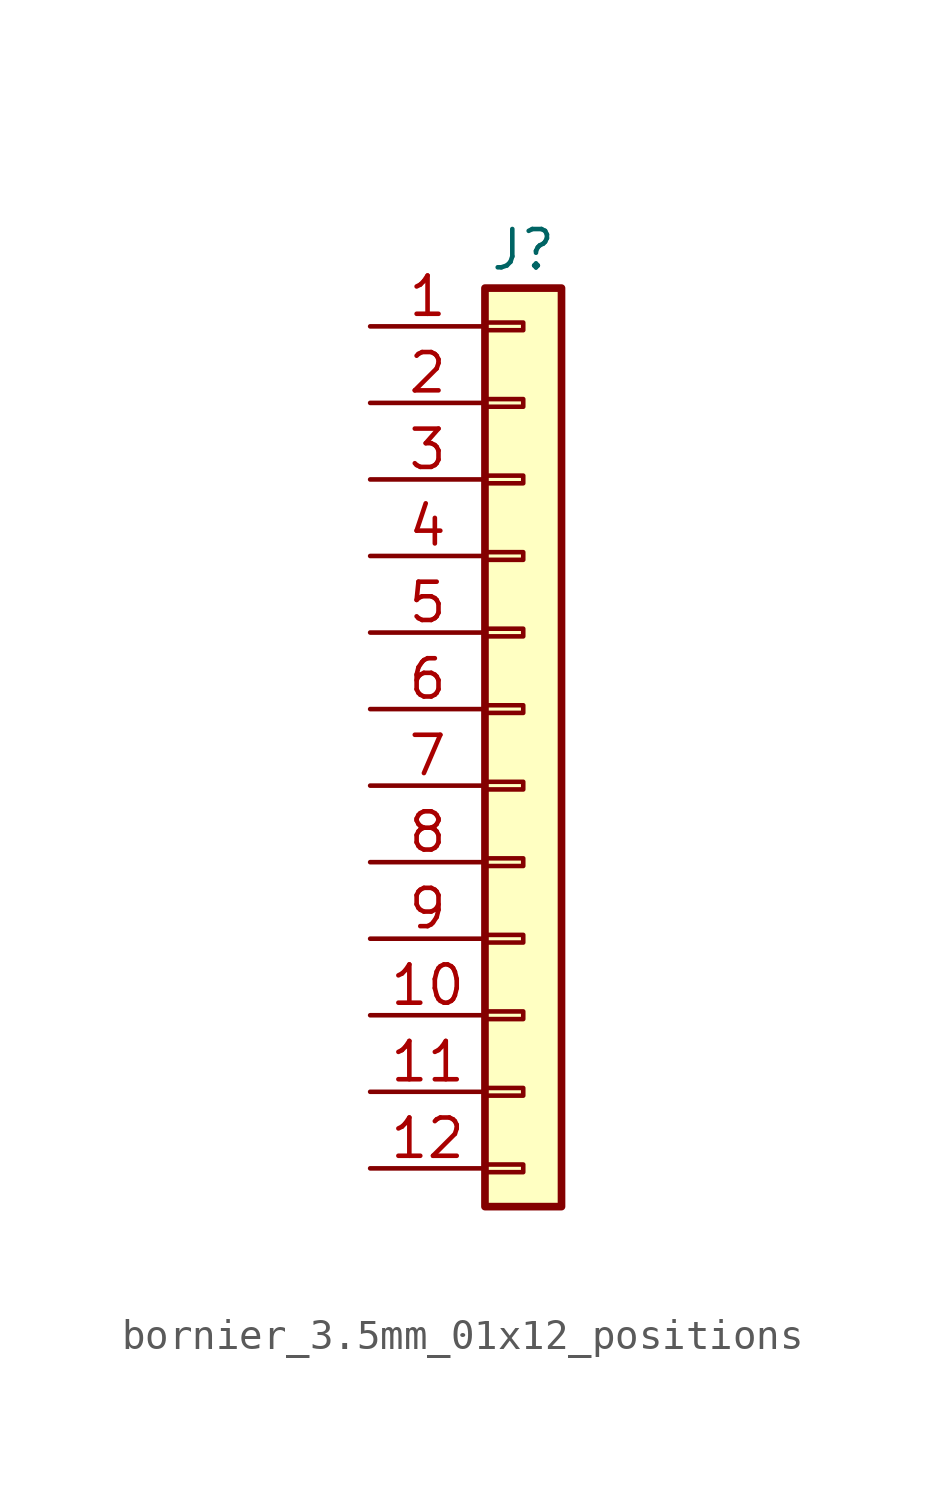
<source format=kicad_sym>
(kicad_symbol_lib
  (version 20211014)
  (generator kicad_symbol_editor)
  (symbol "bornier_3.5mm_01x12_positions"
    (pin_names
      (offset 1.016) hide)
    (property "Reference" "J"
      (at 0 15.24 0)
      (effects (font (size 1.27 1.27))))
    (symbol "bornier_3.5mm_01x12_positions_1_1"
      (rectangle (start -1.27 -15.113) (end 0 -15.367) (stroke (width 0.152) (type default) (color 0 0 0 0)) (fill (type none)))
      (rectangle (start -1.27 -12.573) (end 0 -12.827) (stroke (width 0.152) (type default) (color 0 0 0 0)) (fill (type none)))
      (rectangle (start -1.27 -10.033) (end 0 -10.287) (stroke (width 0.152) (type default) (color 0 0 0 0)) (fill (type none)))
      (rectangle (start -1.27 -7.493) (end 0 -7.747) (stroke (width 0.152) (type default) (color 0 0 0 0)) (fill (type none)))
      (rectangle (start -1.27 -4.953) (end 0 -5.207) (stroke (width 0.152) (type default) (color 0 0 0 0)) (fill (type none)))
      (rectangle (start -1.27 -2.413) (end 0 -2.667) (stroke (width 0.152) (type default) (color 0 0 0 0)) (fill (type none)))
      (rectangle (start -1.27 0.127) (end 0 -0.127) (stroke (width 0.152) (type default) (color 0 0 0 0)) (fill (type none)))
      (rectangle (start -1.27 2.667) (end 0 2.413) (stroke (width 0.152) (type default) (color 0 0 0 0)) (fill (type none)))
      (rectangle (start -1.27 5.207) (end 0 4.953) (stroke (width 0.152) (type default) (color 0 0 0 0)) (fill (type none)))
      (rectangle (start -1.27 7.747) (end 0 7.493) (stroke (width 0.152) (type default) (color 0 0 0 0)) (fill (type none)))
      (rectangle (start -1.27 10.287) (end 0 10.033) (stroke (width 0.152) (type default) (color 0 0 0 0)) (fill (type none)))
      (rectangle (start -1.27 12.827) (end 0 12.573) (stroke (width 0.152) (type default) (color 0 0 0 0)) (fill (type none)))
      (rectangle (start -1.27 13.97) (end 1.27 -16.51) (stroke (width 0.254) (type default) (color 0 0 0 0)) (fill (type background)))
      (pin passive line (at -5.08 12.7 0) (length 3.81) (name "Pin_1" (effects (font (size 1.27 1.27)))) (number "1" (effects (font (size 1.27 1.27)))))
      (pin passive line (at -5.08 -10.16 0) (length 3.81) (name "Pin_10" (effects (font (size 1.27 1.27)))) (number "10" (effects (font (size 1.27 1.27)))))
      (pin passive line (at -5.08 -12.7 0) (length 3.81) (name "Pin_11" (effects (font (size 1.27 1.27)))) (number "11" (effects (font (size 1.27 1.27)))))
      (pin passive line (at -5.08 -15.24 0) (length 3.81) (name "Pin_12" (effects (font (size 1.27 1.27)))) (number "12" (effects (font (size 1.27 1.27)))))
      (pin passive line (at -5.08 10.16 0) (length 3.81) (name "Pin_2" (effects (font (size 1.27 1.27)))) (number "2" (effects (font (size 1.27 1.27)))))
      (pin passive line (at -5.08 7.62 0) (length 3.81) (name "Pin_3" (effects (font (size 1.27 1.27)))) (number "3" (effects (font (size 1.27 1.27)))))
      (pin passive line (at -5.08 5.08 0) (length 3.81) (name "Pin_4" (effects (font (size 1.27 1.27)))) (number "4" (effects (font (size 1.27 1.27)))))
      (pin passive line (at -5.08 2.54 0) (length 3.81) (name "Pin_5" (effects (font (size 1.27 1.27)))) (number "5" (effects (font (size 1.27 1.27)))))
      (pin passive line (at -5.08 0 0) (length 3.81) (name "Pin_6" (effects (font (size 1.27 1.27)))) (number "6" (effects (font (size 1.27 1.27)))))
      (pin passive line (at -5.08 -2.54 0) (length 3.81) (name "Pin_7" (effects (font (size 1.27 1.27)))) (number "7" (effects (font (size 1.27 1.27)))))
      (pin passive line (at -5.08 -5.08 0) (length 3.81) (name "Pin_8" (effects (font (size 1.27 1.27)))) (number "8" (effects (font (size 1.27 1.27)))))
      (pin passive line (at -5.08 -7.62 0) (length 3.81) (name "Pin_9" (effects (font (size 1.27 1.27)))) (number "9" (effects (font (size 1.27 1.27))))))))
</source>
